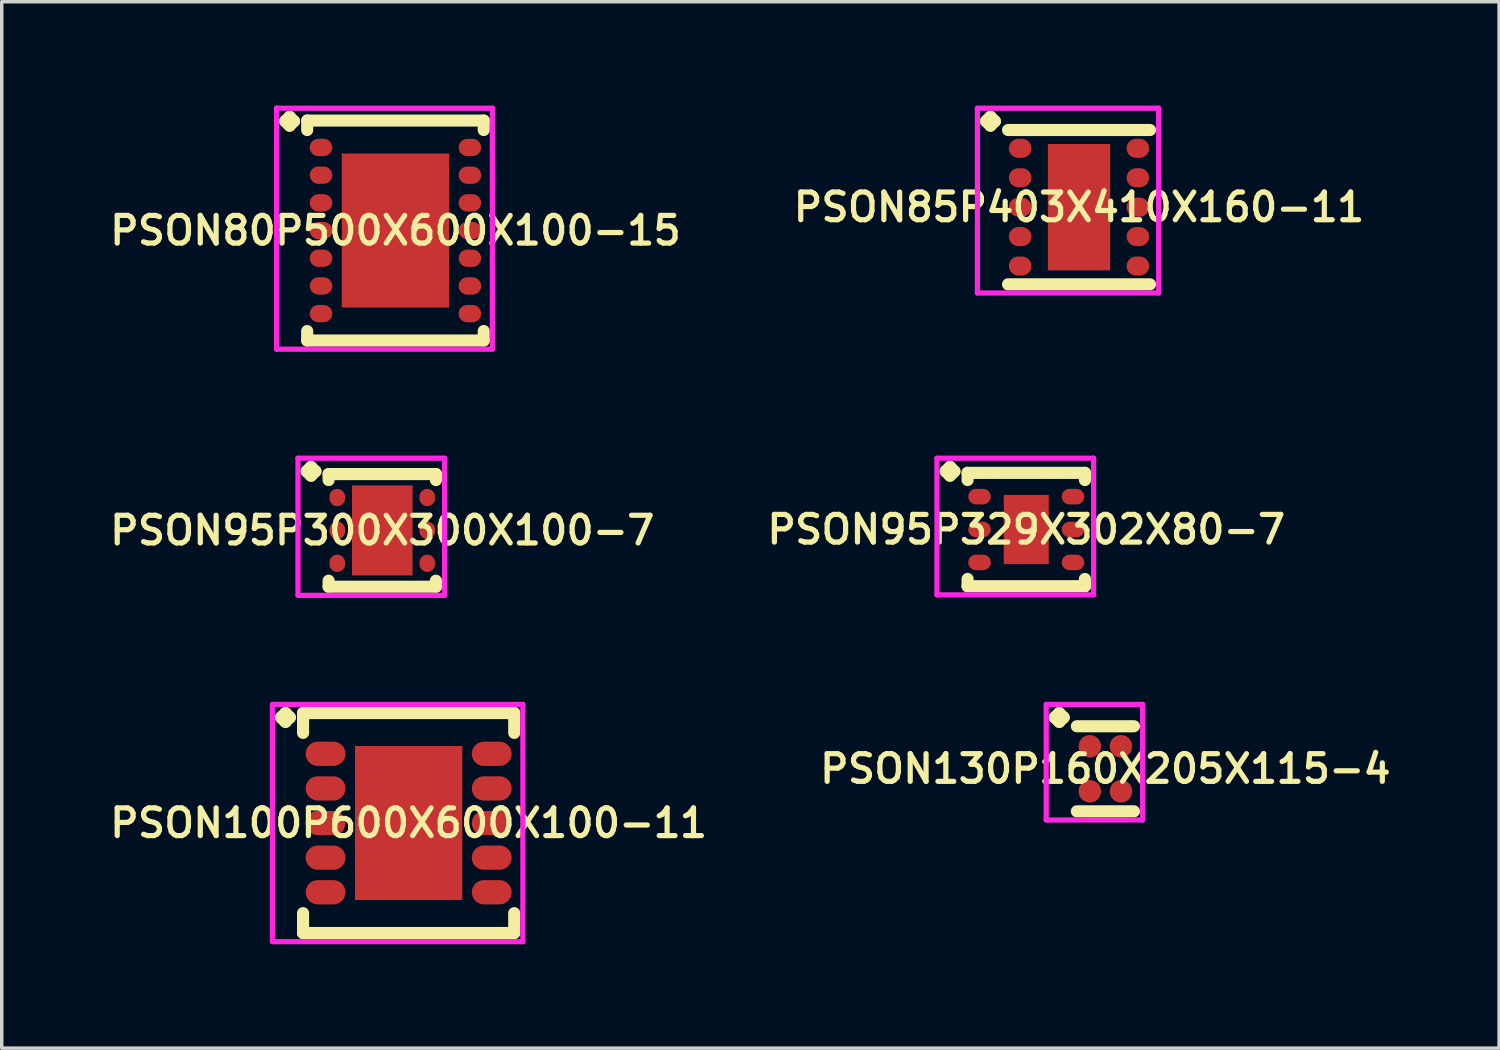
<source format=kicad_pcb>
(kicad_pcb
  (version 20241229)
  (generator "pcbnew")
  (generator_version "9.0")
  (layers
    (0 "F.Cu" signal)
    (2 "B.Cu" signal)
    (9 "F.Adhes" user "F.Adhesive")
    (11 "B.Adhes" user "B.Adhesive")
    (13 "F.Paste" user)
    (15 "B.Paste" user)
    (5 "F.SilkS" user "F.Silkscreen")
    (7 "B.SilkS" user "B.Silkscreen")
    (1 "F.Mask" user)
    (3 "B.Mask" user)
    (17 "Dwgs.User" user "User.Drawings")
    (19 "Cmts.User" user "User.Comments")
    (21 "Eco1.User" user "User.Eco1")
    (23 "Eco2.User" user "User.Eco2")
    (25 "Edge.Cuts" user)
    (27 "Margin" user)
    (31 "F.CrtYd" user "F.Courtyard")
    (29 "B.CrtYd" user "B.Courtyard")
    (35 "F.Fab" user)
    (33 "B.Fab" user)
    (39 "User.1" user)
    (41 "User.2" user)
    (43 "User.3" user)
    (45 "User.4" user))
  (footprint "PSON95P300X300X100-7"
    (layer "F.Cu")
    (at 7.993 12.272)
    (property "Reference" "PSON95P300X300X100-7" (at 0 0 0) (layer "F.SilkS") (effects (font (size 0.8 0.8) (thickness 0.15))))
    (attr smd)
    (fp_line (start -2.185 -1.708) (end -2.058 -1.835) (stroke (width 0.35) (type solid)) (layer "F.SilkS"))
    (fp_line (start -2.058 -1.835) (end -1.931 -1.708) (stroke (width 0.35) (type solid)) (layer "F.SilkS"))
    (fp_line (start -2.058 -1.581) (end -2.185 -1.708) (stroke (width 0.35) (type solid)) (layer "F.SilkS"))
    (fp_line (start -1.931 -1.708) (end -2.058 -1.581) (stroke (width 0.35) (type solid)) (layer "F.SilkS"))
    (fp_line (start -1.55 -1.627) (end 1.55 -1.627) (stroke (width 0.35) (type solid)) (layer "F.SilkS"))
    (fp_line (start -1.55 -1.454) (end -1.55 -1.627) (stroke (width 0.35) (type solid)) (layer "F.SilkS"))
    (fp_line (start -1.55 1.454) (end -1.55 1.627) (stroke (width 0.35) (type solid)) (layer "F.SilkS"))
    (fp_line (start -1.55 1.627) (end 1.55 1.627) (stroke (width 0.35) (type solid)) (layer "F.SilkS"))
    (fp_line (start 1.55 -1.627) (end 1.55 -1.454) (stroke (width 0.35) (type solid)) (layer "F.SilkS"))
    (fp_line (start 1.55 1.627) (end 1.55 1.454) (stroke (width 0.35) (type solid)) (layer "F.SilkS"))
    (fp_line (start -2.435 -2.085) (end 1.8 -2.085) (stroke (width 0.15) (type solid)) (layer "F.CrtYd"))
    (fp_line (start -2.435 1.877) (end -2.435 -2.085) (stroke (width 0.15) (type solid)) (layer "F.CrtYd"))
    (fp_line (start 1.8 -2.085) (end 1.8 1.877) (stroke (width 0.15) (type solid)) (layer "F.CrtYd"))
    (fp_line (start 1.8 1.877) (end -2.435 1.877) (stroke (width 0.15) (type solid)) (layer "F.CrtYd"))
    (pad "1" smd oval (at -1.3 -0.95) (size 0.45 0.5) (layers "F.Cu" "F.Mask" "F.Paste"))
    (pad "2" smd oval (at -1.3 0) (size 0.45 0.5) (layers "F.Cu" "F.Mask" "F.Paste"))
    (pad "3" smd oval (at -1.3 0.95) (size 0.45 0.5) (layers "F.Cu" "F.Mask" "F.Paste"))
    (pad "4" smd oval (at 1.3 0.95) (size 0.45 0.5) (layers "F.Cu" "F.Mask" "F.Paste"))
    (pad "5" smd oval (at 1.3 0) (size 0.45 0.5) (layers "F.Cu" "F.Mask" "F.Paste"))
    (pad "6" smd oval (at 1.3 -0.95) (size 0.45 0.5) (layers "F.Cu" "F.Mask" "F.Paste"))
    (pad "7" smd rect (at 0 0) (size 1.75 2.6) (layers "F.Cu" "F.Mask" "F.Paste")))
  (footprint "PSON80P500X600X100-15"
    (layer "F.Cu")
    (at 8.374 3.61)
    (property "Reference" "PSON80P500X600X100-15" (at 0 0 0) (layer "F.SilkS") (effects (font (size 0.8 0.8) (thickness 0.15))))
    (attr smd)
    (fp_line (start -3.185 -3.158) (end -3.058 -3.285) (stroke (width 0.35) (type solid)) (layer "F.SilkS"))
    (fp_line (start -3.058 -3.285) (end -2.931 -3.158) (stroke (width 0.35) (type solid)) (layer "F.SilkS"))
    (fp_line (start -3.058 -3.031) (end -3.185 -3.158) (stroke (width 0.35) (type solid)) (layer "F.SilkS"))
    (fp_line (start -2.931 -3.158) (end -3.058 -3.031) (stroke (width 0.35) (type solid)) (layer "F.SilkS"))
    (fp_line (start -2.55 -3.177) (end 2.55 -3.177) (stroke (width 0.35) (type solid)) (layer "F.SilkS"))
    (fp_line (start -2.55 -2.904) (end -2.55 -3.177) (stroke (width 0.35) (type solid)) (layer "F.SilkS"))
    (fp_line (start -2.55 2.904) (end -2.55 3.177) (stroke (width 0.35) (type solid)) (layer "F.SilkS"))
    (fp_line (start -2.55 3.177) (end 2.55 3.177) (stroke (width 0.35) (type solid)) (layer "F.SilkS"))
    (fp_line (start 2.55 -3.177) (end 2.55 -2.904) (stroke (width 0.35) (type solid)) (layer "F.SilkS"))
    (fp_line (start 2.55 3.177) (end 2.55 2.904) (stroke (width 0.35) (type solid)) (layer "F.SilkS"))
    (fp_line (start -3.435 -3.535) (end 2.8 -3.535) (stroke (width 0.15) (type solid)) (layer "F.CrtYd"))
    (fp_line (start -3.435 3.427) (end -3.435 -3.535) (stroke (width 0.15) (type solid)) (layer "F.CrtYd"))
    (fp_line (start 2.8 -3.535) (end 2.8 3.427) (stroke (width 0.15) (type solid)) (layer "F.CrtYd"))
    (fp_line (start 2.8 3.427) (end -3.435 3.427) (stroke (width 0.15) (type solid)) (layer "F.CrtYd"))
    (pad "1" smd oval (at -2.15 -2.4) (size 0.65 0.5) (layers "F.Cu" "F.Mask" "F.Paste"))
    (pad "2" smd oval (at -2.15 -1.6) (size 0.65 0.5) (layers "F.Cu" "F.Mask" "F.Paste"))
    (pad "3" smd oval (at -2.15 -0.8) (size 0.65 0.5) (layers "F.Cu" "F.Mask" "F.Paste"))
    (pad "4" smd oval (at -2.15 0) (size 0.65 0.5) (layers "F.Cu" "F.Mask" "F.Paste"))
    (pad "5" smd oval (at -2.15 0.8) (size 0.65 0.5) (layers "F.Cu" "F.Mask" "F.Paste"))
    (pad "6" smd oval (at -2.15 1.6) (size 0.65 0.5) (layers "F.Cu" "F.Mask" "F.Paste"))
    (pad "7" smd oval (at -2.15 2.4) (size 0.65 0.5) (layers "F.Cu" "F.Mask" "F.Paste"))
    (pad "8" smd oval (at 2.15 2.4) (size 0.65 0.5) (layers "F.Cu" "F.Mask" "F.Paste"))
    (pad "9" smd oval (at 2.15 1.6) (size 0.65 0.5) (layers "F.Cu" "F.Mask" "F.Paste"))
    (pad "10" smd oval (at 2.15 0.8) (size 0.65 0.5) (layers "F.Cu" "F.Mask" "F.Paste"))
    (pad "11" smd oval (at 2.15 0) (size 0.65 0.5) (layers "F.Cu" "F.Mask" "F.Paste"))
    (pad "12" smd oval (at 2.15 -0.8) (size 0.65 0.5) (layers "F.Cu" "F.Mask" "F.Paste"))
    (pad "13" smd oval (at 2.15 -1.6) (size 0.65 0.5) (layers "F.Cu" "F.Mask" "F.Paste"))
    (pad "14" smd oval (at 2.15 -2.4) (size 0.65 0.5) (layers "F.Cu" "F.Mask" "F.Paste"))
    (pad "15" smd rect (at 0 0) (size 3.1 4.45) (layers "F.Cu" "F.Mask" "F.Paste")))
  (footprint "PSON95P329X302X80-7"
    (layer "F.Cu")
    (at 26.597 12.247)
    (property "Reference" "PSON95P329X302X80-7" (at 0 0 0) (layer "F.SilkS") (effects (font (size 0.8 0.8) (thickness 0.15))))
    (attr smd)
    (fp_line (start -2.33 -1.683) (end -2.203 -1.81) (stroke (width 0.35) (type solid)) (layer "F.SilkS"))
    (fp_line (start -2.203 -1.81) (end -2.076 -1.683) (stroke (width 0.35) (type solid)) (layer "F.SilkS"))
    (fp_line (start -2.203 -1.556) (end -2.33 -1.683) (stroke (width 0.35) (type solid)) (layer "F.SilkS"))
    (fp_line (start -2.076 -1.683) (end -2.203 -1.556) (stroke (width 0.35) (type solid)) (layer "F.SilkS"))
    (fp_line (start -1.695 -1.637) (end 1.695 -1.637) (stroke (width 0.35) (type solid)) (layer "F.SilkS"))
    (fp_line (start -1.695 -1.429) (end -1.695 -1.637) (stroke (width 0.35) (type solid)) (layer "F.SilkS"))
    (fp_line (start -1.695 1.429) (end -1.695 1.637) (stroke (width 0.35) (type solid)) (layer "F.SilkS"))
    (fp_line (start -1.695 1.637) (end 1.695 1.637) (stroke (width 0.35) (type solid)) (layer "F.SilkS"))
    (fp_line (start 1.695 -1.637) (end 1.695 -1.429) (stroke (width 0.35) (type solid)) (layer "F.SilkS"))
    (fp_line (start 1.695 1.637) (end 1.695 1.429) (stroke (width 0.35) (type solid)) (layer "F.SilkS"))
    (fp_line (start -2.58 -2.06) (end 1.945 -2.06) (stroke (width 0.15) (type solid)) (layer "F.CrtYd"))
    (fp_line (start -2.58 1.887) (end -2.58 -2.06) (stroke (width 0.15) (type solid)) (layer "F.CrtYd"))
    (fp_line (start 1.945 -2.06) (end 1.945 1.887) (stroke (width 0.15) (type solid)) (layer "F.CrtYd"))
    (fp_line (start 1.945 1.887) (end -2.58 1.887) (stroke (width 0.15) (type solid)) (layer "F.CrtYd"))
    (pad "1" smd oval (at -1.35 -0.95) (size 0.65 0.45) (layers "F.Cu" "F.Mask" "F.Paste"))
    (pad "2" smd oval (at -1.35 0) (size 0.65 0.45) (layers "F.Cu" "F.Mask" "F.Paste"))
    (pad "3" smd oval (at -1.35 0.95) (size 0.65 0.45) (layers "F.Cu" "F.Mask" "F.Paste"))
    (pad "4" smd oval (at 1.35 0.95) (size 0.65 0.45) (layers "F.Cu" "F.Mask" "F.Paste"))
    (pad "5" smd oval (at 1.35 0) (size 0.65 0.45) (layers "F.Cu" "F.Mask" "F.Paste"))
    (pad "6" smd oval (at 1.35 -0.95) (size 0.65 0.45) (layers "F.Cu" "F.Mask" "F.Paste"))
    (pad "7" smd rect (at 0 0) (size 1.3 2) (layers "F.Cu" "F.Mask" "F.Paste")))
  (footprint "PSON100P600X600X100-11"
    (layer "F.Cu")
    (at 8.755 20.726)
    (property "Reference" "PSON100P600X600X100-11" (at 0 0 0) (layer "F.SilkS") (effects (font (size 0.8 0.8) (thickness 0.15))))
    (attr smd)
    (fp_line (start -3.685 -3.05) (end -3.558 -3.177) (stroke (width 0.35) (type solid)) (layer "F.SilkS"))
    (fp_line (start -3.558 -3.177) (end -3.431 -3.05) (stroke (width 0.35) (type solid)) (layer "F.SilkS"))
    (fp_line (start -3.558 -2.923) (end -3.685 -3.05) (stroke (width 0.35) (type solid)) (layer "F.SilkS"))
    (fp_line (start -3.431 -3.05) (end -3.558 -2.923) (stroke (width 0.35) (type solid)) (layer "F.SilkS"))
    (fp_line (start -3.05 -3.177) (end 3.05 -3.177) (stroke (width 0.35) (type solid)) (layer "F.SilkS"))
    (fp_line (start -3.05 -2.604) (end -3.05 -3.177) (stroke (width 0.35) (type solid)) (layer "F.SilkS"))
    (fp_line (start -3.05 2.604) (end -3.05 3.177) (stroke (width 0.35) (type solid)) (layer "F.SilkS"))
    (fp_line (start -3.05 3.177) (end 3.05 3.177) (stroke (width 0.35) (type solid)) (layer "F.SilkS"))
    (fp_line (start 3.05 -3.177) (end 3.05 -2.604) (stroke (width 0.35) (type solid)) (layer "F.SilkS"))
    (fp_line (start 3.05 3.177) (end 3.05 2.604) (stroke (width 0.35) (type solid)) (layer "F.SilkS"))
    (fp_line (start -3.935 -3.427) (end 3.3 -3.427) (stroke (width 0.15) (type solid)) (layer "F.CrtYd"))
    (fp_line (start -3.935 3.427) (end -3.935 -3.427) (stroke (width 0.15) (type solid)) (layer "F.CrtYd"))
    (fp_line (start 3.3 -3.427) (end 3.3 3.427) (stroke (width 0.15) (type solid)) (layer "F.CrtYd"))
    (fp_line (start 3.3 3.427) (end -3.935 3.427) (stroke (width 0.15) (type solid)) (layer "F.CrtYd"))
    (pad "1" smd oval (at -2.4 -2) (size 1.15 0.7) (layers "F.Cu" "F.Mask" "F.Paste"))
    (pad "2" smd oval (at -2.4 -1) (size 1.15 0.7) (layers "F.Cu" "F.Mask" "F.Paste"))
    (pad "3" smd oval (at -2.4 0) (size 1.15 0.7) (layers "F.Cu" "F.Mask" "F.Paste"))
    (pad "4" smd oval (at -2.4 1) (size 1.15 0.7) (layers "F.Cu" "F.Mask" "F.Paste"))
    (pad "5" smd oval (at -2.4 2) (size 1.15 0.7) (layers "F.Cu" "F.Mask" "F.Paste"))
    (pad "6" smd oval (at 2.4 2) (size 1.15 0.7) (layers "F.Cu" "F.Mask" "F.Paste"))
    (pad "7" smd oval (at 2.4 1) (size 1.15 0.7) (layers "F.Cu" "F.Mask" "F.Paste"))
    (pad "8" smd oval (at 2.4 0) (size 1.15 0.7) (layers "F.Cu" "F.Mask" "F.Paste"))
    (pad "9" smd oval (at 2.4 -1) (size 1.15 0.7) (layers "F.Cu" "F.Mask" "F.Paste"))
    (pad "10" smd oval (at 2.4 -2) (size 1.15 0.7) (layers "F.Cu" "F.Mask" "F.Paste"))
    (pad "11" smd rect (at 0 0) (size 3.1 4.45) (layers "F.Cu" "F.Mask" "F.Paste")))
  (footprint "PSON85P403X410X160-11"
    (layer "F.Cu")
    (at 28.121 2.935)
    (property "Reference" "PSON85P403X410X160-11" (at 0 0 0) (layer "F.SilkS") (effects (font (size 0.8 0.8) (thickness 0.15))))
    (attr smd)
    (fp_line (start -2.685 -2.483) (end -2.558 -2.61) (stroke (width 0.35) (type solid)) (layer "F.SilkS"))
    (fp_line (start -2.558 -2.61) (end -2.431 -2.483) (stroke (width 0.35) (type solid)) (layer "F.SilkS"))
    (fp_line (start -2.558 -2.356) (end -2.685 -2.483) (stroke (width 0.35) (type solid)) (layer "F.SilkS"))
    (fp_line (start -2.431 -2.483) (end -2.558 -2.356) (stroke (width 0.35) (type solid)) (layer "F.SilkS"))
    (fp_line (start -2.05 -2.229) (end 2.05 -2.229) (stroke (width 0.35) (type solid)) (layer "F.SilkS"))
    (fp_line (start -2.05 2.229) (end 2.05 2.229) (stroke (width 0.35) (type solid)) (layer "F.SilkS"))
    (fp_line (start -2.935 -2.86) (end 2.3 -2.86) (stroke (width 0.15) (type solid)) (layer "F.CrtYd"))
    (fp_line (start -2.935 2.479) (end -2.935 -2.86) (stroke (width 0.15) (type solid)) (layer "F.CrtYd"))
    (fp_line (start 2.3 -2.86) (end 2.3 2.479) (stroke (width 0.15) (type solid)) (layer "F.CrtYd"))
    (fp_line (start 2.3 2.479) (end -2.935 2.479) (stroke (width 0.15) (type solid)) (layer "F.CrtYd"))
    (pad "1" smd oval (at -1.7 -1.7) (size 0.65 0.55) (layers "F.Cu" "F.Mask" "F.Paste"))
    (pad "2" smd oval (at -1.7 -0.85) (size 0.65 0.55) (layers "F.Cu" "F.Mask" "F.Paste"))
    (pad "3" smd oval (at -1.7 0) (size 0.65 0.55) (layers "F.Cu" "F.Mask" "F.Paste"))
    (pad "4" smd oval (at -1.7 0.85) (size 0.65 0.55) (layers "F.Cu" "F.Mask" "F.Paste"))
    (pad "5" smd oval (at -1.7 1.7) (size 0.65 0.55) (layers "F.Cu" "F.Mask" "F.Paste"))
    (pad "6" smd oval (at 1.7 1.7) (size 0.65 0.55) (layers "F.Cu" "F.Mask" "F.Paste"))
    (pad "7" smd oval (at 1.7 0.85) (size 0.65 0.55) (layers "F.Cu" "F.Mask" "F.Paste"))
    (pad "8" smd oval (at 1.7 0) (size 0.65 0.55) (layers "F.Cu" "F.Mask" "F.Paste"))
    (pad "9" smd oval (at 1.7 -0.85) (size 0.65 0.55) (layers "F.Cu" "F.Mask" "F.Paste"))
    (pad "10" smd oval (at 1.7 -1.7) (size 0.65 0.55) (layers "F.Cu" "F.Mask" "F.Paste"))
    (pad "11" smd rect (at 0 0) (size 1.8 3.65) (layers "F.Cu" "F.Mask" "F.Paste")))
  (footprint "PSON130P160X205X115-4"
    (layer "F.Cu")
    (at 28.883 19.159)
    (property "Reference" "PSON130P160X205X115-4" (at 0 0 0) (layer "F.SilkS") (effects (font (size 0.8 0.8) (thickness 0.15))))
    (attr through_hole)
    (fp_line (start -1.46 -1.483) (end -1.333 -1.61) (stroke (width 0.35) (type solid)) (layer "F.SilkS"))
    (fp_line (start -1.333 -1.61) (end -1.206 -1.483) (stroke (width 0.35) (type solid)) (layer "F.SilkS"))
    (fp_line (start -1.333 -1.356) (end -1.46 -1.483) (stroke (width 0.35) (type solid)) (layer "F.SilkS"))
    (fp_line (start -1.206 -1.483) (end -1.333 -1.356) (stroke (width 0.35) (type solid)) (layer "F.SilkS"))
    (fp_line (start -0.825 -1.229) (end 0.825 -1.229) (stroke (width 0.35) (type solid)) (layer "F.SilkS"))
    (fp_line (start -0.825 1.229) (end 0.825 1.229) (stroke (width 0.35) (type solid)) (layer "F.SilkS"))
    (fp_line (start -1.71 -1.86) (end 1.075 -1.86) (stroke (width 0.15) (type solid)) (layer "F.CrtYd"))
    (fp_line (start -1.71 1.479) (end -1.71 -1.86) (stroke (width 0.15) (type solid)) (layer "F.CrtYd"))
    (fp_line (start 1.075 -1.86) (end 1.075 1.479) (stroke (width 0.15) (type solid)) (layer "F.CrtYd"))
    (fp_line (start 1.075 1.479) (end -1.71 1.479) (stroke (width 0.15) (type solid)) (layer "F.CrtYd"))
    (pad "1" smd oval (at -0.45 -0.65) (size 0.65 0.65) (layers "F.Cu" "F.Mask" "F.Paste"))
    (pad "2" smd oval (at -0.45 0.65) (size 0.65 0.65) (layers "F.Cu" "F.Mask" "F.Paste"))
    (pad "3" smd oval (at 0.45 0.65) (size 0.65 0.65) (layers "F.Cu" "F.Mask" "F.Paste"))
    (pad "4" smd oval (at 0.45 -0.65) (size 0.65 0.65) (layers "F.Cu" "F.Mask" "F.Paste")))
  (gr_rect
    (start -3 -3)
    (end 40.256 27.228)
    (stroke (width 0.1) (type default))
    (fill no)
    (layer "Edge.Cuts")))
</source>
